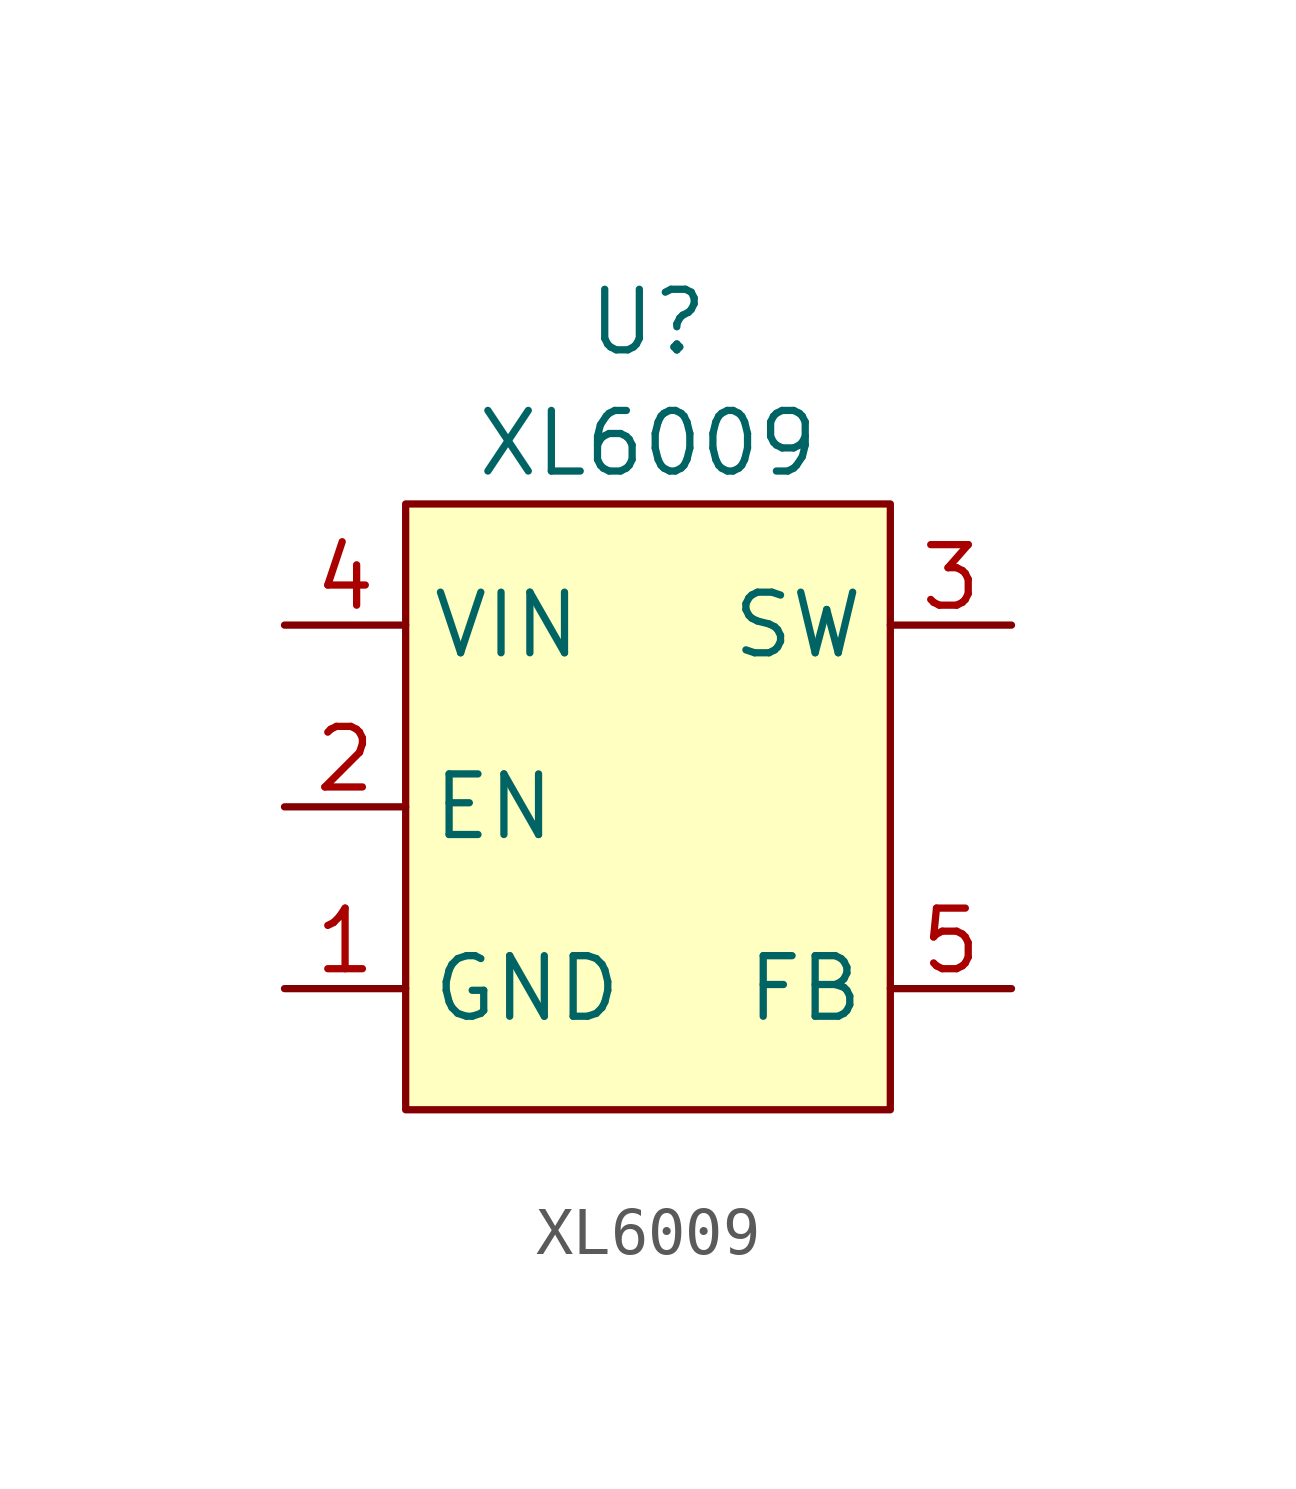
<source format=kicad_sym>
(kicad_symbol_lib
  (version 20211014)
  (generator kicad_symbol_editor)
  (symbol "XL6009"
    (property "Reference" "U"
      (at 0 10.16 0)
      (effects (font (size 1.27 1.27))))
    (property "Value" "XL6009"
      (at 0 7.62 0)
      (effects (font (size 1.27 1.27))))
    (symbol "XL6009_0_1"
      (rectangle (start -5.08 6.35) (end 5.08 -6.35) (stroke (width 0) (type default) (color 0 0 0 0)) (fill (type background))))
    (symbol "XL6009_1_1"
      (pin input line (at -7.62 -3.81 0) (length 2.54) (name "GND" (effects (font (size 1.27 1.27)))) (number "1" (effects (font (size 1.27 1.27)))))
      (pin input line (at -7.62 0 0) (length 2.54) (name "EN" (effects (font (size 1.27 1.27)))) (number "2" (effects (font (size 1.27 1.27)))))
      (pin bidirectional line (at 7.62 3.81 180) (length 2.54) (name "SW" (effects (font (size 1.27 1.27)))) (number "3" (effects (font (size 1.27 1.27)))))
      (pin input line (at -7.62 3.81 0) (length 2.54) (name "VIN" (effects (font (size 1.27 1.27)))) (number "4" (effects (font (size 1.27 1.27)))))
      (pin input line (at 7.62 -3.81 180) (length 2.54) (name "FB" (effects (font (size 1.27 1.27)))) (number "5" (effects (font (size 1.27 1.27))))))))
</source>
